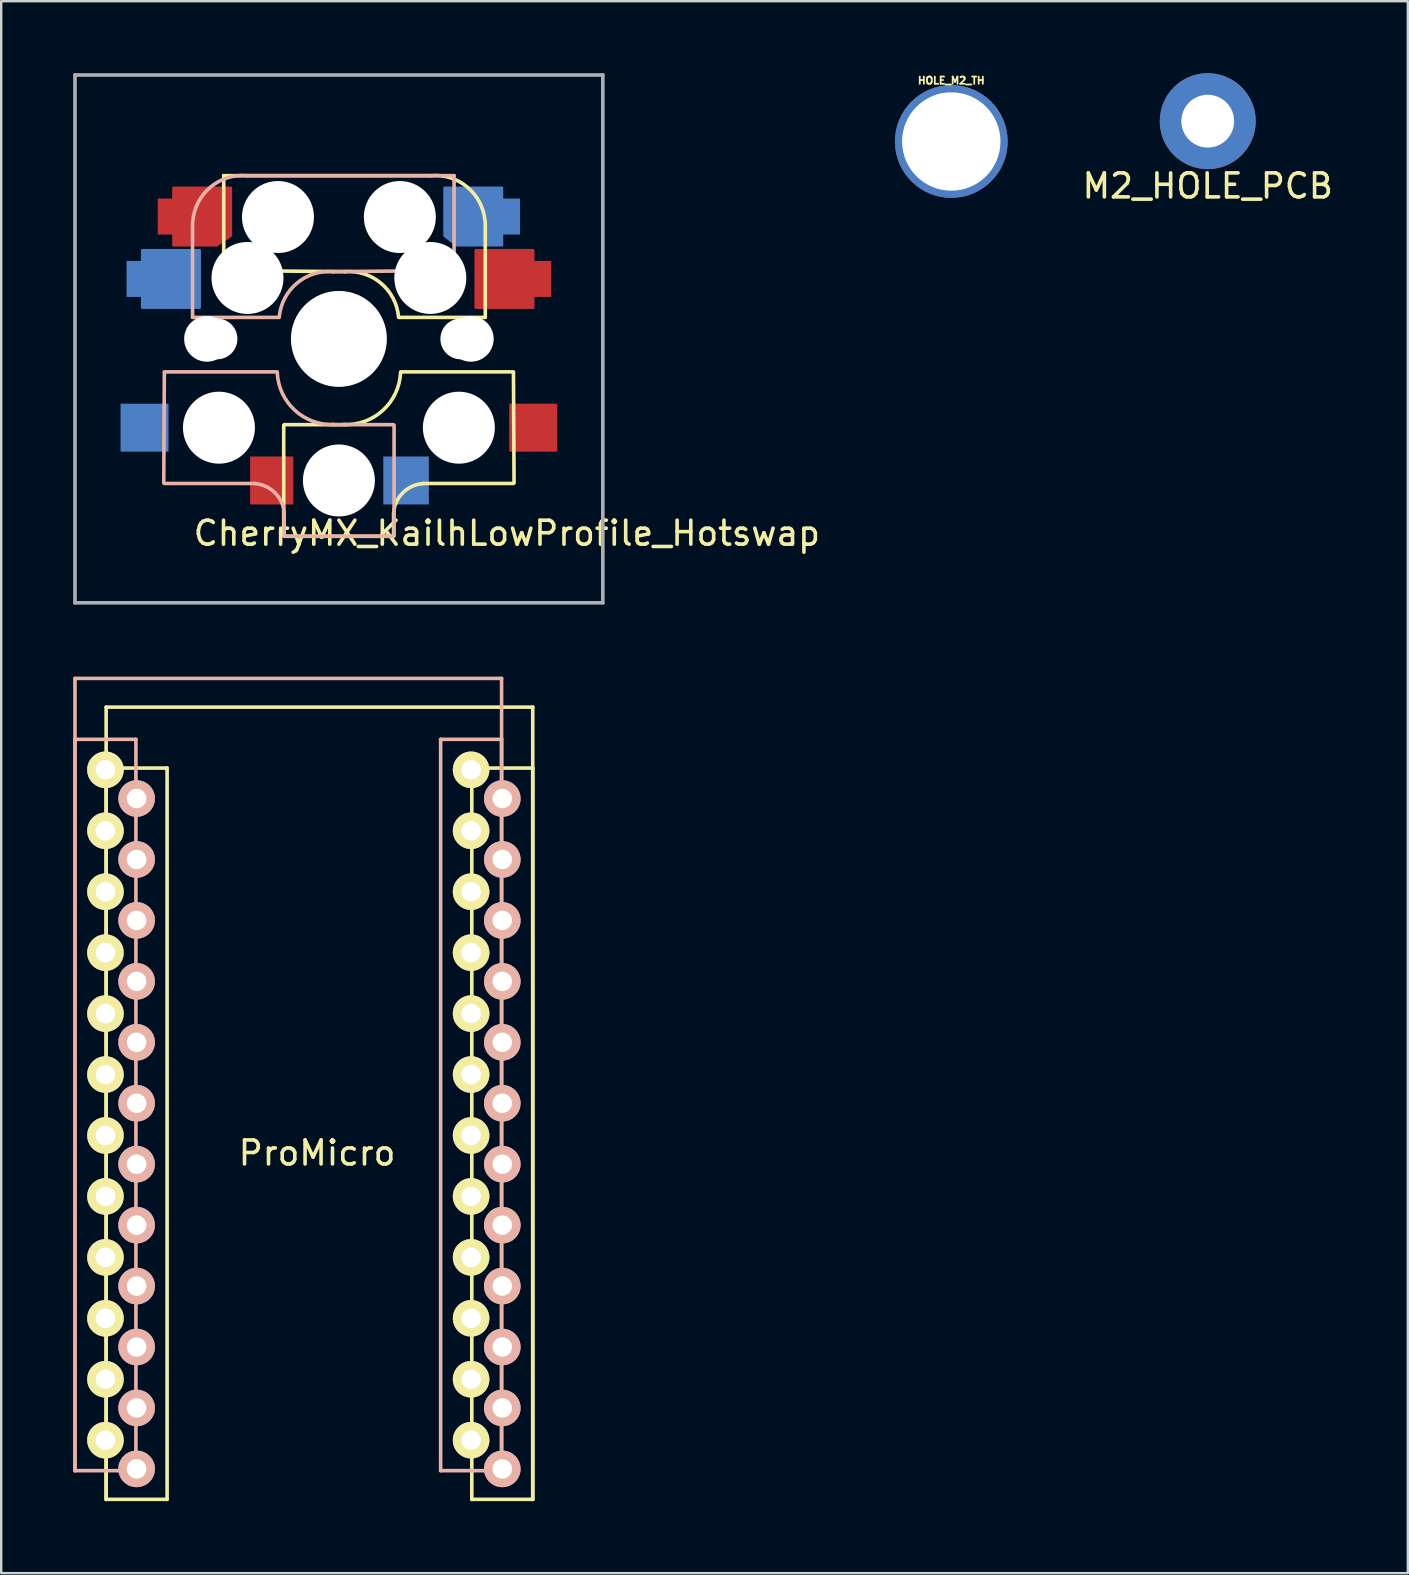
<source format=kicad_pcb>
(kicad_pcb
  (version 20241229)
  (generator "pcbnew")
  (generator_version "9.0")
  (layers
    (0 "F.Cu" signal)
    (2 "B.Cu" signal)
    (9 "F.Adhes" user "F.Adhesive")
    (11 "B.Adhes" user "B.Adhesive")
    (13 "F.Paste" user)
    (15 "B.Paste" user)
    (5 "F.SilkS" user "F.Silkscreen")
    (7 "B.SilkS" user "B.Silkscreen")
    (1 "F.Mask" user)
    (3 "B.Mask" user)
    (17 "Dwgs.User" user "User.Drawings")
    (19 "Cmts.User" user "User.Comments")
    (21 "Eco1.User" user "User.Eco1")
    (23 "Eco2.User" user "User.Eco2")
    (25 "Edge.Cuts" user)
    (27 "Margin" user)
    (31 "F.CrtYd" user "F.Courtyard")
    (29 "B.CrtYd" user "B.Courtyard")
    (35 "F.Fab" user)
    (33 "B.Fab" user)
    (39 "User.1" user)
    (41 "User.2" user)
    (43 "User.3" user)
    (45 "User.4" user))
  (footprint "M2_HOLE_PCB"
    (layer "F.Cu")
    (at 47.287 2)
    (property "Reference" "M2_HOLE_PCB" (at 0 2.7 0) (layer "F.SilkS") (effects (font (size 1 1) (thickness 0.15))))
    (attr through_hole)
    (pad "" thru_hole circle (at 0 0) (size 4 4) (drill 2.2) (layers "*.Cu" "*.Mask")))
  (footprint "CherryMX_KailhLowProfile_Hotswap"
    (layer "F.Cu")
    (at 11.075 11.075)
    (property "Reference" "CherryMX_KailhLowProfile_Hotswap" (at 7 8.1 0) (layer "F.SilkS") (effects (font (size 1 1) (thickness 0.15))))
    (attr through_hole)
    (fp_line (start -4.8 -6.804) (end 3.825 -6.804) (stroke (width 0.15) (type solid)) (layer "F.SilkS"))
    (fp_line (start -4.8 -2.896) (end -4.8 -6.804) (stroke (width 0.15) (type solid)) (layer "F.SilkS"))
    (fp_line (start -4.8 -2.85) (end 0.25 -2.804) (stroke (width 0.15) (type solid)) (layer "F.SilkS"))
    (fp_line (start -2.3 3.6) (end -2.3 8.2) (stroke (width 0.15) (type solid)) (layer "F.SilkS"))
    (fp_line (start -2.275 3.575) (end 0.275 3.575) (stroke (width 0.15) (type solid)) (layer "F.SilkS"))
    (fp_line (start -2.275 8.225) (end 2.275 8.225) (stroke (width 0.15) (type solid)) (layer "F.SilkS"))
    (fp_line (start 2.28 7.5) (end 2.28 8.2) (stroke (width 0.15) (type solid)) (layer "F.SilkS"))
    (fp_line (start 2.575 1.375) (end 7.275 1.375) (stroke (width 0.15) (type solid)) (layer "F.SilkS"))
    (fp_line (start 3.5 6.025) (end 7.275 6.025) (stroke (width 0.15) (type solid)) (layer "F.SilkS"))
    (fp_line (start 6.1 -4.85) (end 6.1 -0.905) (stroke (width 0.15) (type solid)) (layer "F.SilkS"))
    (fp_line (start 6.1 -0.896) (end 2.49 -0.896) (stroke (width 0.15) (type solid)) (layer "F.SilkS"))
    (fp_line (start 7.275 1.4) (end 7.3 6) (stroke (width 0.15) (type solid)) (layer "F.SilkS"))
    (fp_arc (start 0.225 -2.8) (mid 1.744361 -2.328062) (end 2.485001 -0.920001) (stroke (width 0.15) (type solid)) (layer "F.SilkS"))
    (fp_arc (start 2.279999 7.449999) (mid 2.595908 6.487329) (end 3.5 6.03) (stroke (width 0.15) (type solid)) (layer "F.SilkS"))
    (fp_arc (start 2.57 1.4) (mid 1.834422 2.975843) (end 0.2 3.57) (stroke (width 0.15) (type solid)) (layer "F.SilkS"))
    (fp_arc (start 3.825 -6.804) (mid 5.347189 -6.33089) (end 6.089 -4.92) (stroke (width 0.15) (type solid)) (layer "F.SilkS"))
    (fp_line (start -7.275 1.4) (end -7.3 6) (stroke (width 0.15) (type solid)) (layer "B.SilkS"))
    (fp_line (start -6.1 -4.85) (end -6.1 -0.905) (stroke (width 0.15) (type solid)) (layer "B.SilkS"))
    (fp_line (start -6.1 -0.896) (end -2.49 -0.896) (stroke (width 0.15) (type solid)) (layer "B.SilkS"))
    (fp_line (start -3.5 6.025) (end -7.275 6.025) (stroke (width 0.15) (type solid)) (layer "B.SilkS"))
    (fp_line (start -2.575 1.375) (end -7.275 1.375) (stroke (width 0.15) (type solid)) (layer "B.SilkS"))
    (fp_line (start -2.28 7.5) (end -2.28 8.2) (stroke (width 0.15) (type solid)) (layer "B.SilkS"))
    (fp_line (start 2.275 3.575) (end -0.275 3.575) (stroke (width 0.15) (type solid)) (layer "B.SilkS"))
    (fp_line (start 2.275 8.225) (end -2.275 8.225) (stroke (width 0.15) (type solid)) (layer "B.SilkS"))
    (fp_line (start 2.3 3.6) (end 2.3 8.2) (stroke (width 0.15) (type solid)) (layer "B.SilkS"))
    (fp_line (start 4.8 -6.804) (end -3.825 -6.804) (stroke (width 0.15) (type solid)) (layer "B.SilkS"))
    (fp_line (start 4.8 -2.896) (end 4.8 -6.804) (stroke (width 0.15) (type solid)) (layer "B.SilkS"))
    (fp_line (start 4.8 -2.85) (end -0.25 -2.804) (stroke (width 0.15) (type solid)) (layer "B.SilkS"))
    (fp_arc (start -6.089 -4.92) (mid -5.347189 -6.33089) (end -3.825 -6.804) (stroke (width 0.15) (type solid)) (layer "B.SilkS"))
    (fp_arc (start -3.5 6.03) (mid -2.595908 6.48733) (end -2.28 7.45) (stroke (width 0.15) (type solid)) (layer "B.SilkS"))
    (fp_arc (start -2.484999 -0.920001) (mid -1.74436 -2.328062) (end -0.225 -2.8) (stroke (width 0.15) (type solid)) (layer "B.SilkS"))
    (fp_arc (start -0.2 3.57) (mid -1.834422 2.975843) (end -2.57 1.4) (stroke (width 0.15) (type solid)) (layer "B.SilkS"))
    (fp_line (start -9 -9) (end 9 -9) (stroke (width 0.15) (type solid)) (layer "Eco2.User"))
    (fp_line (start -9 9) (end -9 -9) (stroke (width 0.15) (type solid)) (layer "Eco2.User"))
    (fp_line (start -7 -7) (end 7 -7) (stroke (width 0.15) (type solid)) (layer "Eco2.User"))
    (fp_line (start -7 7) (end -7 -7) (stroke (width 0.15) (type solid)) (layer "Eco2.User"))
    (fp_line (start 7 -7) (end 7 7) (stroke (width 0.15) (type solid)) (layer "Eco2.User"))
    (fp_line (start 7 7) (end -7 7) (stroke (width 0.15) (type solid)) (layer "Eco2.User"))
    (fp_line (start 9 -9) (end 9 9) (stroke (width 0.15) (type solid)) (layer "Eco2.User"))
    (fp_line (start 9 9) (end -9 9) (stroke (width 0.15) (type solid)) (layer "Eco2.User"))
    (fp_line (start -11 -11) (end -11 11) (stroke (width 0.15) (type solid)) (layer "F.Fab"))
    (fp_line (start -11 11) (end 11 11) (stroke (width 0.15) (type solid)) (layer "F.Fab"))
    (fp_line (start 11 -11) (end -11 -11) (stroke (width 0.15) (type solid)) (layer "F.Fab"))
    (fp_line (start 11 11) (end 11 -11) (stroke (width 0.15) (type solid)) (layer "F.Fab"))
    (pad "" np_thru_hole circle (at -5.5 0 90) (size 1.9 1.9) (drill 1.9) (layers "*.Cu" "*.Mask"))
    (pad "" np_thru_hole circle (at -5.08 0) (size 1.7 1.7) (drill 1.7) (layers "*.Cu" "*.Mask"))
    (pad "" np_thru_hole circle (at -5 3.7 90) (size 3 3) (drill 3) (layers "*.Cu" "*.Mask"))
    (pad "" np_thru_hole circle (at -3.81 -2.54 180) (size 3 3) (drill 3) (layers "*.Cu" "*.Mask"))
    (pad "" np_thru_hole circle (at -2.54 -5.08 180) (size 3 3) (drill 3) (layers "*.Cu" "*.Mask"))
    (pad "" np_thru_hole circle (at 0 0 90) (size 4 4) (drill 4) (layers "*.Cu" "*.Mask"))
    (pad "" np_thru_hole circle (at 0 5.9 90) (size 3 3) (drill 3) (layers "*.Cu" "*.Mask"))
    (pad "" np_thru_hole circle (at 2.54 -5.08 180) (size 3 3) (drill 3) (layers "*.Cu" "*.Mask"))
    (pad "" np_thru_hole circle (at 3.81 -2.54 180) (size 3 3) (drill 3) (layers "*.Cu" "*.Mask"))
    (pad "" np_thru_hole circle (at 5 3.7 270) (size 3 3) (drill 3) (layers "*.Cu" "*.Mask"))
    (pad "" np_thru_hole circle (at 5.08 0) (size 1.7 1.7) (drill 1.7) (layers "*.Cu" "*.Mask"))
    (pad "" np_thru_hole circle (at 5.5 0 90) (size 1.9 1.9) (drill 1.9) (layers "*.Cu" "*.Mask"))
    (pad "1" smd custom (at -8.5 -2.5) (size 0.7 1.5) (layers "B.Cu" "B.Mask" "B.Paste") (options (anchor rect)) (primitives (gr_poly (pts (xy 0.3 -1.2) (xy 2.7 -1.2) (xy 2.7 1.2) (xy 0.3 1.2)) (width 0.1) (fill yes))))
    (pad "1" smd rect (at -8.1 3.7 180) (size 2 2) (layers "B.Cu" "B.Mask" "B.Paste"))
    (pad "1" smd custom (at -7.2 -5.1) (size 0.7 1.5) (layers "F.Cu" "F.Mask" "F.Paste") (options (anchor rect)) (primitives (gr_poly (pts (xy 0.3 -1.2) (xy 0.3 1.2) (xy 2.1 1.2) (xy 2.7 0.8) (xy 2.7 -1.2)) (width 0.1) (fill yes))))
    (pad "1" smd rect (at 8.1 3.7 180) (size 2 2) (layers "F.Cu" "F.Mask" "F.Paste"))
    (pad "2" smd rect (at -2.8 5.9 180) (size 1.8 2) (layers "F.Cu" "F.Mask" "F.Paste"))
    (pad "2" smd rect (at 2.8 5.9 180) (size 1.9 2) (layers "B.Cu" "B.Mask" "B.Paste"))
    (pad "2" smd custom (at 7.2 -5.1) (size 0.7 1.5) (layers "B.Cu" "B.Mask" "B.Paste") (options (anchor rect)) (primitives (gr_poly (pts (xy -0.4 -1.2) (xy -2.8 -1.2) (xy -2.8 0.8) (xy -2.3 1.2) (xy -0.4 1.2)) (width 0.1) (fill yes))))
    (pad "2" smd custom (at 8.5 -2.5) (size 0.7 1.5) (layers "F.Cu" "F.Mask" "F.Paste") (options (anchor rect)) (primitives (gr_poly (pts (xy -2.8 -1.2) (xy -0.4 -1.2) (xy -0.4 1.2) (xy -2.8 1.2)) (width 0.1) (fill yes)))))
  (footprint "ProMicro"
    (layer "F.Cu")
    (at 10.165 43.805)
    (property "Reference" "ProMicro" (at 0 1.2 0) (layer "F.SilkS") (effects (font (size 1 1) (thickness 0.15))))
    (attr through_hole)
    (fp_line (start -8.791 -17.384) (end -8.791 15.636) (stroke (width 0.15) (type solid)) (layer "F.SilkS"))
    (fp_line (start -8.791 -14.844) (end -8.791 15.636) (stroke (width 0.15) (type solid)) (layer "F.SilkS"))
    (fp_line (start -8.791 15.636) (end -6.251 15.636) (stroke (width 0.15) (type solid)) (layer "F.SilkS"))
    (fp_line (start -6.251 -14.844) (end -8.791 -14.844) (stroke (width 0.15) (type solid)) (layer "F.SilkS"))
    (fp_line (start -6.251 15.636) (end -6.251 -14.844) (stroke (width 0.15) (type solid)) (layer "F.SilkS"))
    (fp_line (start 6.449 -14.844) (end 6.449 15.636) (stroke (width 0.15) (type solid)) (layer "F.SilkS"))
    (fp_line (start 6.449 15.636) (end 8.989 15.636) (stroke (width 0.15) (type solid)) (layer "F.SilkS"))
    (fp_line (start 8.989 -17.384) (end -8.791 -17.384) (stroke (width 0.15) (type solid)) (layer "F.SilkS"))
    (fp_line (start 8.989 -14.844) (end 6.449 -14.844) (stroke (width 0.15) (type solid)) (layer "F.SilkS"))
    (fp_line (start 8.989 15.636) (end 8.989 -17.384) (stroke (width 0.15) (type solid)) (layer "F.SilkS"))
    (fp_line (start 8.989 15.636) (end 8.989 -14.844) (stroke (width 0.15) (type solid)) (layer "F.SilkS"))
    (fp_line (start -10.09 -18.58) (end 7.69 -18.58) (stroke (width 0.15) (type solid)) (layer "B.SilkS"))
    (fp_line (start -10.09 -16.04) (end -7.55 -16.04) (stroke (width 0.15) (type solid)) (layer "B.SilkS"))
    (fp_line (start -10.09 14.44) (end -10.09 -18.58) (stroke (width 0.15) (type solid)) (layer "B.SilkS"))
    (fp_line (start -10.09 14.44) (end -10.09 -16.04) (stroke (width 0.15) (type solid)) (layer "B.SilkS"))
    (fp_line (start -7.55 -16.04) (end -7.55 14.44) (stroke (width 0.15) (type solid)) (layer "B.SilkS"))
    (fp_line (start -7.55 14.44) (end -10.09 14.44) (stroke (width 0.15) (type solid)) (layer "B.SilkS"))
    (fp_line (start 5.15 -16.04) (end 7.69 -16.04) (stroke (width 0.15) (type solid)) (layer "B.SilkS"))
    (fp_line (start 5.15 14.44) (end 5.15 -16.04) (stroke (width 0.15) (type solid)) (layer "B.SilkS"))
    (fp_line (start 7.69 -18.58) (end 7.69 14.44) (stroke (width 0.15) (type solid)) (layer "B.SilkS"))
    (fp_line (start 7.69 -16.04) (end 7.69 14.44) (stroke (width 0.15) (type solid)) (layer "B.SilkS"))
    (fp_line (start 7.69 14.44) (end 5.15 14.44) (stroke (width 0.15) (type solid)) (layer "B.SilkS"))
    (pad "1" thru_hole circle (at -8.82 -14.77) (size 1.524 1.524) (drill 0.813) (layers "*.Cu" "*.Mask" "F.SilkS"))
    (pad "1" thru_hole circle (at 7.719 -13.574 180) (size 1.524 1.524) (drill 0.813) (layers "*.Cu" "*.Mask" "B.SilkS"))
    (pad "2" thru_hole circle (at -8.82 -12.23) (size 1.524 1.524) (drill 0.813) (layers "*.Cu" "*.Mask" "F.SilkS"))
    (pad "2" thru_hole circle (at 7.719 -11.034 180) (size 1.524 1.524) (drill 0.813) (layers "*.Cu" "*.Mask" "B.SilkS"))
    (pad "3" thru_hole circle (at -8.82 -9.69) (size 1.524 1.524) (drill 0.813) (layers "*.Cu" "*.Mask" "F.SilkS"))
    (pad "3" thru_hole circle (at 7.719 -8.494 180) (size 1.524 1.524) (drill 0.813) (layers "*.Cu" "*.Mask" "B.SilkS"))
    (pad "4" thru_hole circle (at -8.82 -7.15) (size 1.524 1.524) (drill 0.813) (layers "*.Cu" "*.Mask" "F.SilkS"))
    (pad "4" thru_hole circle (at 7.719 -5.954 180) (size 1.524 1.524) (drill 0.813) (layers "*.Cu" "*.Mask" "B.SilkS"))
    (pad "5" thru_hole circle (at -8.82 -4.61) (size 1.524 1.524) (drill 0.813) (layers "*.Cu" "*.Mask" "F.SilkS"))
    (pad "5" thru_hole circle (at 7.719 -3.414 180) (size 1.524 1.524) (drill 0.813) (layers "*.Cu" "*.Mask" "B.SilkS"))
    (pad "6" thru_hole circle (at -8.82 -2.07) (size 1.524 1.524) (drill 0.813) (layers "*.Cu" "*.Mask" "F.SilkS"))
    (pad "6" thru_hole circle (at 7.719 -0.874 180) (size 1.524 1.524) (drill 0.813) (layers "*.Cu" "*.Mask" "B.SilkS"))
    (pad "7" thru_hole circle (at -8.82 0.47) (size 1.524 1.524) (drill 0.813) (layers "*.Cu" "*.Mask" "F.SilkS"))
    (pad "7" thru_hole circle (at 7.719 1.666 180) (size 1.524 1.524) (drill 0.813) (layers "*.Cu" "*.Mask" "B.SilkS"))
    (pad "8" thru_hole circle (at -8.82 3.01) (size 1.524 1.524) (drill 0.813) (layers "*.Cu" "*.Mask" "F.SilkS"))
    (pad "8" thru_hole circle (at 7.719 4.206 180) (size 1.524 1.524) (drill 0.813) (layers "*.Cu" "*.Mask" "B.SilkS"))
    (pad "9" thru_hole circle (at -8.82 5.55) (size 1.524 1.524) (drill 0.813) (layers "*.Cu" "*.Mask" "F.SilkS"))
    (pad "9" thru_hole circle (at 7.719 6.746 180) (size 1.524 1.524) (drill 0.813) (layers "*.Cu" "*.Mask" "B.SilkS"))
    (pad "10" thru_hole circle (at -8.82 8.09) (size 1.524 1.524) (drill 0.813) (layers "*.Cu" "*.Mask" "F.SilkS"))
    (pad "10" thru_hole circle (at 7.719 9.286 180) (size 1.524 1.524) (drill 0.813) (layers "*.Cu" "*.Mask" "B.SilkS"))
    (pad "11" thru_hole circle (at -8.82 10.63) (size 1.524 1.524) (drill 0.813) (layers "*.Cu" "*.Mask" "F.SilkS"))
    (pad "11" thru_hole circle (at 7.719 11.826 180) (size 1.524 1.524) (drill 0.813) (layers "*.Cu" "*.Mask" "B.SilkS"))
    (pad "12" thru_hole circle (at -8.82 13.17) (size 1.524 1.524) (drill 0.813) (layers "*.Cu" "*.Mask" "F.SilkS"))
    (pad "12" thru_hole circle (at 7.719 14.366 180) (size 1.524 1.524) (drill 0.813) (layers "*.Cu" "*.Mask" "B.SilkS"))
    (pad "13" thru_hole circle (at -7.521 14.366 180) (size 1.524 1.524) (drill 0.813) (layers "*.Cu" "*.Mask" "B.SilkS"))
    (pad "13" thru_hole circle (at 6.42 13.17) (size 1.524 1.524) (drill 0.813) (layers "*.Cu" "*.Mask" "F.SilkS"))
    (pad "14" thru_hole circle (at -7.521 11.826 180) (size 1.524 1.524) (drill 0.813) (layers "*.Cu" "*.Mask" "B.SilkS"))
    (pad "14" thru_hole circle (at 6.42 10.63) (size 1.524 1.524) (drill 0.813) (layers "*.Cu" "*.Mask" "F.SilkS"))
    (pad "15" thru_hole circle (at -7.521 9.286 180) (size 1.524 1.524) (drill 0.813) (layers "*.Cu" "*.Mask" "B.SilkS"))
    (pad "15" thru_hole circle (at 6.42 8.09) (size 1.524 1.524) (drill 0.813) (layers "*.Cu" "*.Mask" "F.SilkS"))
    (pad "16" thru_hole circle (at -7.521 6.746 180) (size 1.524 1.524) (drill 0.813) (layers "*.Cu" "*.Mask" "B.SilkS"))
    (pad "16" thru_hole circle (at 6.42 5.55) (size 1.524 1.524) (drill 0.813) (layers "*.Cu" "*.Mask" "F.SilkS"))
    (pad "17" thru_hole circle (at -7.521 4.206 180) (size 1.524 1.524) (drill 0.813) (layers "*.Cu" "*.Mask" "B.SilkS"))
    (pad "17" thru_hole circle (at 6.42 3.01) (size 1.524 1.524) (drill 0.813) (layers "*.Cu" "*.Mask" "F.SilkS"))
    (pad "18" thru_hole circle (at -7.521 1.666 180) (size 1.524 1.524) (drill 0.813) (layers "*.Cu" "*.Mask" "B.SilkS"))
    (pad "18" thru_hole circle (at 6.42 0.47) (size 1.524 1.524) (drill 0.813) (layers "*.Cu" "*.Mask" "F.SilkS"))
    (pad "19" thru_hole circle (at -7.521 -0.874 180) (size 1.524 1.524) (drill 0.813) (layers "*.Cu" "*.Mask" "B.SilkS"))
    (pad "19" thru_hole circle (at 6.42 -2.07) (size 1.524 1.524) (drill 0.813) (layers "*.Cu" "*.Mask" "F.SilkS"))
    (pad "20" thru_hole circle (at -7.521 -3.414 180) (size 1.524 1.524) (drill 0.813) (layers "*.Cu" "*.Mask" "B.SilkS"))
    (pad "20" thru_hole circle (at 6.42 -4.61) (size 1.524 1.524) (drill 0.813) (layers "*.Cu" "*.Mask" "F.SilkS"))
    (pad "21" thru_hole circle (at -7.521 -5.954 180) (size 1.524 1.524) (drill 0.813) (layers "*.Cu" "*.Mask" "B.SilkS"))
    (pad "21" thru_hole circle (at 6.42 -7.15) (size 1.524 1.524) (drill 0.813) (layers "*.Cu" "*.Mask" "F.SilkS"))
    (pad "22" thru_hole circle (at -7.521 -8.494 180) (size 1.524 1.524) (drill 0.813) (layers "*.Cu" "*.Mask" "B.SilkS"))
    (pad "22" thru_hole circle (at 6.42 -9.69) (size 1.524 1.524) (drill 0.813) (layers "*.Cu" "*.Mask" "F.SilkS"))
    (pad "23" thru_hole circle (at -7.521 -11.034 180) (size 1.524 1.524) (drill 0.813) (layers "*.Cu" "*.Mask" "B.SilkS"))
    (pad "23" thru_hole circle (at 6.42 -12.23) (size 1.524 1.524) (drill 0.813) (layers "*.Cu" "*.Mask" "F.SilkS"))
    (pad "24" thru_hole circle (at -7.521 -13.574 180) (size 1.524 1.524) (drill 0.813) (layers "*.Cu" "*.Mask" "B.SilkS"))
    (pad "24" thru_hole circle (at 6.42 -14.77) (size 1.524 1.524) (drill 0.813) (layers "*.Cu" "*.Mask" "F.SilkS")))
  (footprint "HOLE_M2_TH"
    (layer "F.Cu")
    (at 36.598 2.847)
    (property "Reference" "HOLE_M2_TH" (at 0 -2.54 0) (layer "F.SilkS") (effects (font (size 0.3 0.3) (thickness 0.076))))
    (attr through_hole)
    (pad "" thru_hole circle (at 0 0 90) (size 4.7 4.7) (drill 4.1) (layers "*.Cu" "*.Mask")))
  (gr_rect
    (start -3 -3)
    (end 55.626 62.516)
    (stroke (width 0.1) (type default))
    (fill no)
    (layer "Edge.Cuts")))
</source>
